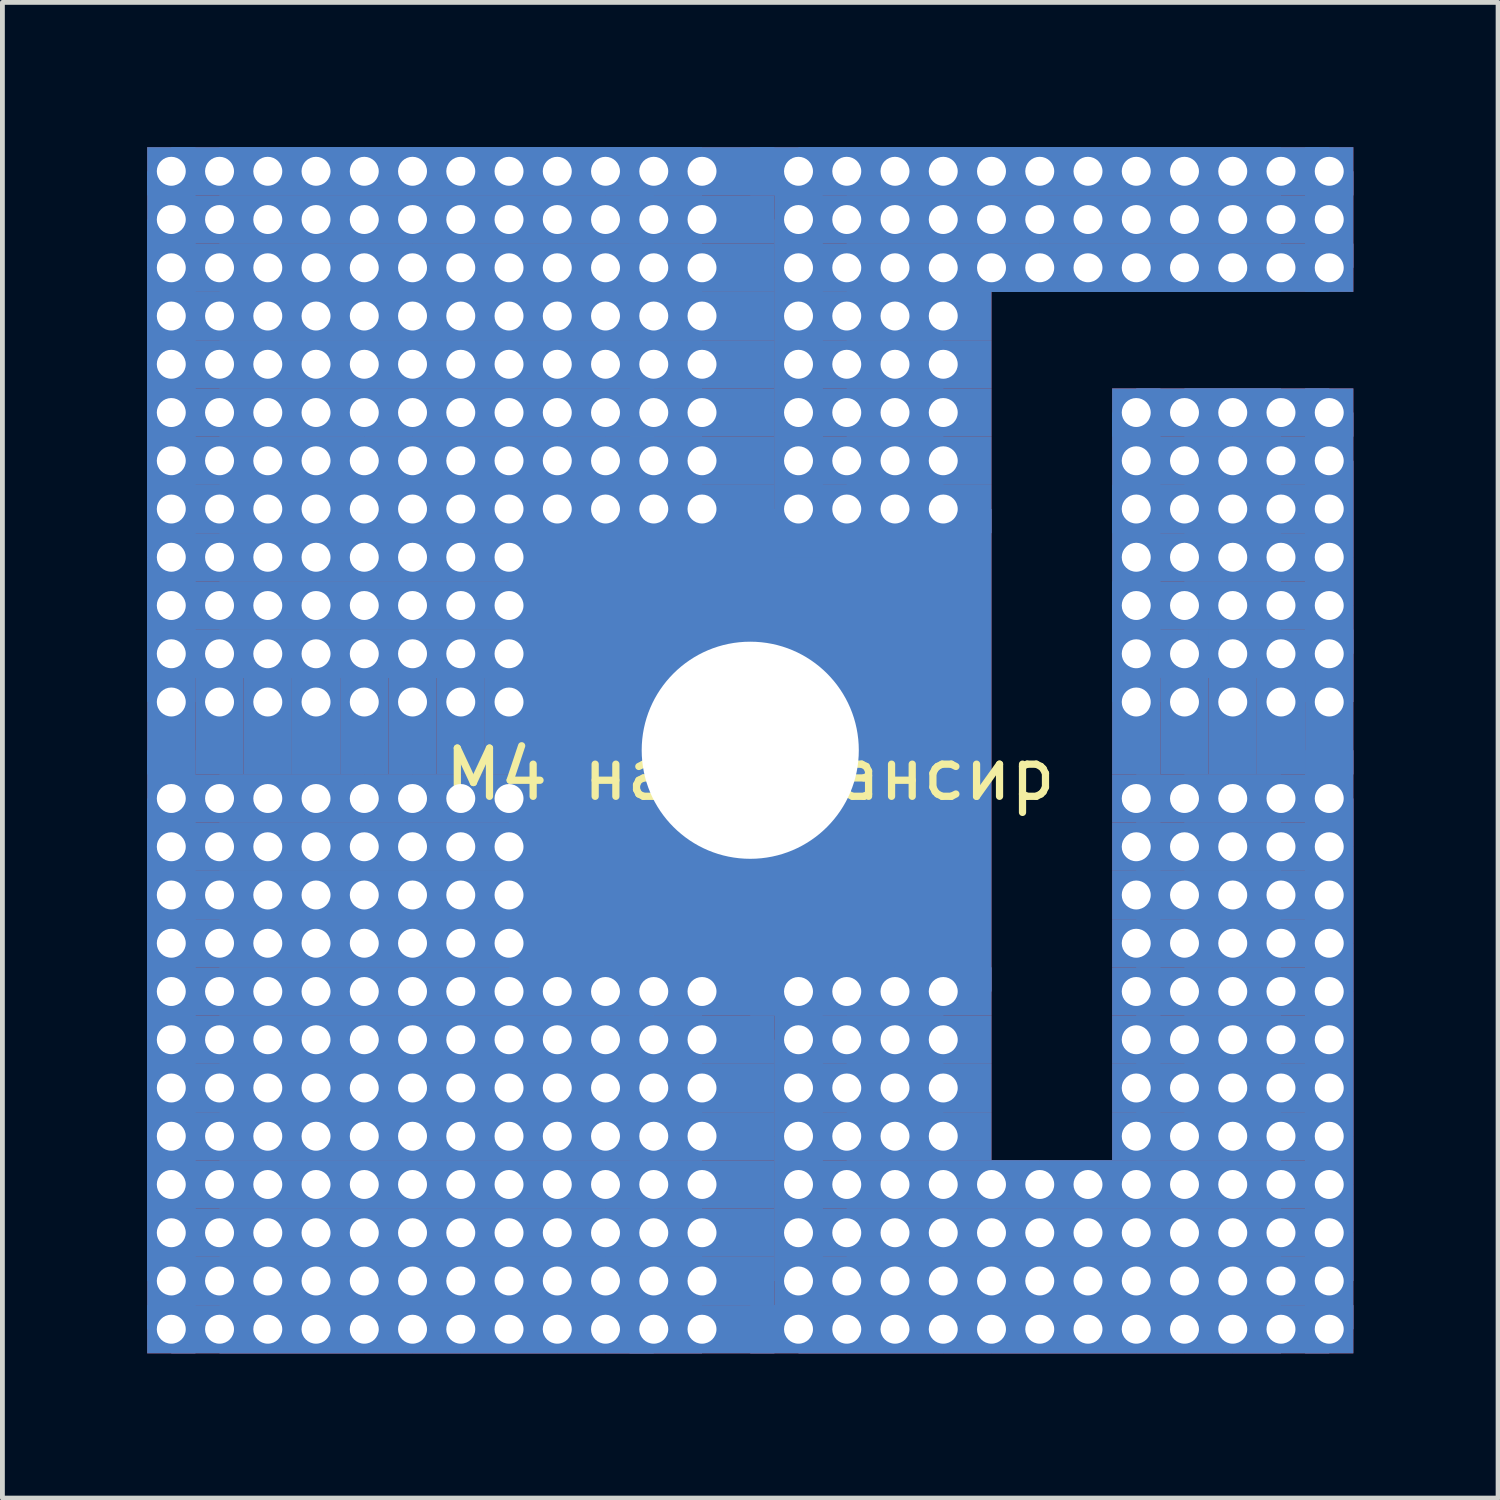
<source format=kicad_pcb>
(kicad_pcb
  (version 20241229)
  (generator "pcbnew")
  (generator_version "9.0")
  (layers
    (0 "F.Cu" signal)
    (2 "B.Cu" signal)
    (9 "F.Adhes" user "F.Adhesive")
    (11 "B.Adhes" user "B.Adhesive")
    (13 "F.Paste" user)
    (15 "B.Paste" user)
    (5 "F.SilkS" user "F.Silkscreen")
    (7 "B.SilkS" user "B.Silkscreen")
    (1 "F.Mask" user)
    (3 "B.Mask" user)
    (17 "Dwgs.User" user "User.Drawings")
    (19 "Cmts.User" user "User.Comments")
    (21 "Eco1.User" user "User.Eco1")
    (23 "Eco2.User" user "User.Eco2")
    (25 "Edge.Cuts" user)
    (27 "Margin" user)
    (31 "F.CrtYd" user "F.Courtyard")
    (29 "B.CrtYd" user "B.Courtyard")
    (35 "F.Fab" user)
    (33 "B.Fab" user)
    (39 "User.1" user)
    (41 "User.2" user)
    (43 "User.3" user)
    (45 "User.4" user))
  (footprint "М4 на балансир"
    (layer "F.Cu")
    (at 12.5 12.5)
    (property "Reference" "М4 на балансир" (at 0 0.5 0) (layer "F.SilkS") (effects (font (size 1 1) (thickness 0.15))))
    (attr through_hole)
    (pad "1" thru_hole rect (at -12 -12) (size 1 1) (drill 0.6) (layers "*.Cu" "*.Mask"))
    (pad "1" thru_hole rect (at -12 -11) (size 1 2) (drill 0.6) (layers "*.Cu" "*.Mask"))
    (pad "1" thru_hole rect (at -12 -10) (size 1 2) (drill 0.6) (layers "*.Cu" "*.Mask"))
    (pad "1" thru_hole rect (at -12 -9) (size 1 2) (drill 0.6) (layers "*.Cu" "*.Mask"))
    (pad "1" thru_hole rect (at -12 -8) (size 1 2) (drill 0.6) (layers "*.Cu" "*.Mask"))
    (pad "1" thru_hole rect (at -12 -7) (size 1 2) (drill 0.6) (layers "*.Cu" "*.Mask"))
    (pad "1" thru_hole rect (at -12 -6) (size 1 2) (drill 0.6) (layers "*.Cu" "*.Mask"))
    (pad "1" thru_hole rect (at -12 -5) (size 1 2) (drill 0.6) (layers "*.Cu" "*.Mask"))
    (pad "1" thru_hole rect (at -12 -4) (size 1 2) (drill 0.6) (layers "*.Cu" "*.Mask"))
    (pad "1" thru_hole rect (at -12 -3) (size 1 2) (drill 0.6) (layers "*.Cu" "*.Mask"))
    (pad "1" thru_hole rect (at -12 -2) (size 1 2) (drill 0.6) (layers "*.Cu" "*.Mask"))
    (pad "1" thru_hole rect (at -12 -1) (size 1 3) (drill 0.6) (layers "*.Cu" "*.Mask"))
    (pad "1" thru_hole rect (at -12 1) (size 1 2) (drill 0.6) (layers "*.Cu" "*.Mask"))
    (pad "1" thru_hole rect (at -12 2) (size 1 2) (drill 0.6) (layers "*.Cu" "*.Mask"))
    (pad "1" thru_hole rect (at -12 3) (size 1 2) (drill 0.6) (layers "*.Cu" "*.Mask"))
    (pad "1" thru_hole rect (at -12 4) (size 1 2) (drill 0.6) (layers "*.Cu" "*.Mask"))
    (pad "1" thru_hole rect (at -12 5) (size 1 2) (drill 0.6) (layers "*.Cu" "*.Mask"))
    (pad "1" thru_hole rect (at -12 6) (size 1 2) (drill 0.6) (layers "*.Cu" "*.Mask"))
    (pad "1" thru_hole rect (at -12 7) (size 1 2) (drill 0.6) (layers "*.Cu" "*.Mask"))
    (pad "1" thru_hole rect (at -12 8) (size 1 2) (drill 0.6) (layers "*.Cu" "*.Mask"))
    (pad "1" thru_hole rect (at -12 9) (size 1 2) (drill 0.6) (layers "*.Cu" "*.Mask"))
    (pad "1" thru_hole rect (at -12 10) (size 1 2) (drill 0.6) (layers "*.Cu" "*.Mask"))
    (pad "1" thru_hole rect (at -12 11) (size 1 2) (drill 0.6) (layers "*.Cu" "*.Mask"))
    (pad "1" thru_hole rect (at -12 12) (size 1 1) (drill 0.6) (layers "*.Cu" "*.Mask"))
    (pad "1" thru_hole rect (at -11 -12) (size 2 1) (drill 0.6) (layers "*.Cu" "*.Mask"))
    (pad "1" thru_hole rect (at -11 -11) (size 2 1) (drill 0.6) (layers "*.Cu" "*.Mask"))
    (pad "1" thru_hole rect (at -11 -10) (size 2 1) (drill 0.6) (layers "*.Cu" "*.Mask"))
    (pad "1" thru_hole rect (at -11 -9) (size 2 1) (drill 0.6) (layers "*.Cu" "*.Mask"))
    (pad "1" thru_hole rect (at -11 -8) (size 2 1) (drill 0.6) (layers "*.Cu" "*.Mask"))
    (pad "1" thru_hole rect (at -11 -7) (size 2 1) (drill 0.6) (layers "*.Cu" "*.Mask"))
    (pad "1" thru_hole rect (at -11 -6) (size 2 1) (drill 0.6) (layers "*.Cu" "*.Mask"))
    (pad "1" thru_hole rect (at -11 -5) (size 2 1) (drill 0.6) (layers "*.Cu" "*.Mask"))
    (pad "1" thru_hole rect (at -11 -4) (size 2 1) (drill 0.6) (layers "*.Cu" "*.Mask"))
    (pad "1" thru_hole rect (at -11 -3) (size 2 1) (drill 0.6) (layers "*.Cu" "*.Mask"))
    (pad "1" thru_hole rect (at -11 -2) (size 2 1) (drill 0.6) (layers "*.Cu" "*.Mask"))
    (pad "1" thru_hole rect (at -11 -1) (size 1 3) (drill 0.6) (layers "*.Cu" "*.Mask"))
    (pad "1" thru_hole rect (at -11 1) (size 2 1) (drill 0.6) (layers "*.Cu" "*.Mask"))
    (pad "1" thru_hole rect (at -11 2) (size 2 1) (drill 0.6) (layers "*.Cu" "*.Mask"))
    (pad "1" thru_hole rect (at -11 3) (size 2 1) (drill 0.6) (layers "*.Cu" "*.Mask"))
    (pad "1" thru_hole rect (at -11 4) (size 2 1) (drill 0.6) (layers "*.Cu" "*.Mask"))
    (pad "1" thru_hole rect (at -11 5) (size 2 1) (drill 0.6) (layers "*.Cu" "*.Mask"))
    (pad "1" thru_hole rect (at -11 6) (size 2 1) (drill 0.6) (layers "*.Cu" "*.Mask"))
    (pad "1" thru_hole rect (at -11 7) (size 2 1) (drill 0.6) (layers "*.Cu" "*.Mask"))
    (pad "1" thru_hole rect (at -11 8) (size 2 1) (drill 0.6) (layers "*.Cu" "*.Mask"))
    (pad "1" thru_hole rect (at -11 9) (size 2 1) (drill 0.6) (layers "*.Cu" "*.Mask"))
    (pad "1" thru_hole rect (at -11 10) (size 2 1) (drill 0.6) (layers "*.Cu" "*.Mask"))
    (pad "1" thru_hole rect (at -11 11) (size 2 1) (drill 0.6) (layers "*.Cu" "*.Mask"))
    (pad "1" thru_hole rect (at -11 12) (size 2 1) (drill 0.6) (layers "*.Cu" "*.Mask"))
    (pad "1" thru_hole rect (at -10 -12) (size 2 1) (drill 0.6) (layers "*.Cu" "*.Mask"))
    (pad "1" thru_hole rect (at -10 -11) (size 2 1) (drill 0.6) (layers "*.Cu" "*.Mask"))
    (pad "1" thru_hole rect (at -10 -10) (size 2 1) (drill 0.6) (layers "*.Cu" "*.Mask"))
    (pad "1" thru_hole rect (at -10 -9) (size 2 1) (drill 0.6) (layers "*.Cu" "*.Mask"))
    (pad "1" thru_hole rect (at -10 -8) (size 2 1) (drill 0.6) (layers "*.Cu" "*.Mask"))
    (pad "1" thru_hole rect (at -10 -7) (size 2 1) (drill 0.6) (layers "*.Cu" "*.Mask"))
    (pad "1" thru_hole rect (at -10 -6) (size 2 1) (drill 0.6) (layers "*.Cu" "*.Mask"))
    (pad "1" thru_hole rect (at -10 -5) (size 2 1) (drill 0.6) (layers "*.Cu" "*.Mask"))
    (pad "1" thru_hole rect (at -10 -4) (size 2 1) (drill 0.6) (layers "*.Cu" "*.Mask"))
    (pad "1" thru_hole rect (at -10 -3) (size 2 1) (drill 0.6) (layers "*.Cu" "*.Mask"))
    (pad "1" thru_hole rect (at -10 -2) (size 2 1) (drill 0.6) (layers "*.Cu" "*.Mask"))
    (pad "1" thru_hole rect (at -10 -1) (size 1 3) (drill 0.6) (layers "*.Cu" "*.Mask"))
    (pad "1" thru_hole rect (at -10 1) (size 2 1) (drill 0.6) (layers "*.Cu" "*.Mask"))
    (pad "1" thru_hole rect (at -10 2) (size 2 1) (drill 0.6) (layers "*.Cu" "*.Mask"))
    (pad "1" thru_hole rect (at -10 3) (size 2 1) (drill 0.6) (layers "*.Cu" "*.Mask"))
    (pad "1" thru_hole rect (at -10 4) (size 2 1) (drill 0.6) (layers "*.Cu" "*.Mask"))
    (pad "1" thru_hole rect (at -10 5) (size 2 1) (drill 0.6) (layers "*.Cu" "*.Mask"))
    (pad "1" thru_hole rect (at -10 6) (size 2 1) (drill 0.6) (layers "*.Cu" "*.Mask"))
    (pad "1" thru_hole rect (at -10 7) (size 2 1) (drill 0.6) (layers "*.Cu" "*.Mask"))
    (pad "1" thru_hole rect (at -10 8) (size 2 1) (drill 0.6) (layers "*.Cu" "*.Mask"))
    (pad "1" thru_hole rect (at -10 9) (size 2 1) (drill 0.6) (layers "*.Cu" "*.Mask"))
    (pad "1" thru_hole rect (at -10 10) (size 2 1) (drill 0.6) (layers "*.Cu" "*.Mask"))
    (pad "1" thru_hole rect (at -10 11) (size 2 1) (drill 0.6) (layers "*.Cu" "*.Mask"))
    (pad "1" thru_hole rect (at -10 12) (size 2 1) (drill 0.6) (layers "*.Cu" "*.Mask"))
    (pad "1" thru_hole rect (at -9 -12) (size 2 1) (drill 0.6) (layers "*.Cu" "*.Mask"))
    (pad "1" thru_hole rect (at -9 -11) (size 2 1) (drill 0.6) (layers "*.Cu" "*.Mask"))
    (pad "1" thru_hole rect (at -9 -10) (size 2 1) (drill 0.6) (layers "*.Cu" "*.Mask"))
    (pad "1" thru_hole rect (at -9 -9) (size 2 1) (drill 0.6) (layers "*.Cu" "*.Mask"))
    (pad "1" thru_hole rect (at -9 -8) (size 2 1) (drill 0.6) (layers "*.Cu" "*.Mask"))
    (pad "1" thru_hole rect (at -9 -7) (size 2 1) (drill 0.6) (layers "*.Cu" "*.Mask"))
    (pad "1" thru_hole rect (at -9 -6) (size 2 1) (drill 0.6) (layers "*.Cu" "*.Mask"))
    (pad "1" thru_hole rect (at -9 -5) (size 2 1) (drill 0.6) (layers "*.Cu" "*.Mask"))
    (pad "1" thru_hole rect (at -9 -4) (size 2 1) (drill 0.6) (layers "*.Cu" "*.Mask"))
    (pad "1" thru_hole rect (at -9 -3) (size 2 1) (drill 0.6) (layers "*.Cu" "*.Mask"))
    (pad "1" thru_hole rect (at -9 -2) (size 2 1) (drill 0.6) (layers "*.Cu" "*.Mask"))
    (pad "1" thru_hole rect (at -9 -1) (size 1 3) (drill 0.6) (layers "*.Cu" "*.Mask"))
    (pad "1" thru_hole rect (at -9 1) (size 2 1) (drill 0.6) (layers "*.Cu" "*.Mask"))
    (pad "1" thru_hole rect (at -9 2) (size 2 1) (drill 0.6) (layers "*.Cu" "*.Mask"))
    (pad "1" thru_hole rect (at -9 3) (size 2 1) (drill 0.6) (layers "*.Cu" "*.Mask"))
    (pad "1" thru_hole rect (at -9 4) (size 2 1) (drill 0.6) (layers "*.Cu" "*.Mask"))
    (pad "1" thru_hole rect (at -9 5) (size 2 1) (drill 0.6) (layers "*.Cu" "*.Mask"))
    (pad "1" thru_hole rect (at -9 6) (size 2 1) (drill 0.6) (layers "*.Cu" "*.Mask"))
    (pad "1" thru_hole rect (at -9 7) (size 2 1) (drill 0.6) (layers "*.Cu" "*.Mask"))
    (pad "1" thru_hole rect (at -9 8) (size 2 1) (drill 0.6) (layers "*.Cu" "*.Mask"))
    (pad "1" thru_hole rect (at -9 9) (size 2 1) (drill 0.6) (layers "*.Cu" "*.Mask"))
    (pad "1" thru_hole rect (at -9 10) (size 2 1) (drill 0.6) (layers "*.Cu" "*.Mask"))
    (pad "1" thru_hole rect (at -9 11) (size 2 1) (drill 0.6) (layers "*.Cu" "*.Mask"))
    (pad "1" thru_hole rect (at -9 12) (size 2 1) (drill 0.6) (layers "*.Cu" "*.Mask"))
    (pad "1" thru_hole rect (at -8 -12) (size 2 1) (drill 0.6) (layers "*.Cu" "*.Mask"))
    (pad "1" thru_hole rect (at -8 -11) (size 2 1) (drill 0.6) (layers "*.Cu" "*.Mask"))
    (pad "1" thru_hole rect (at -8 -10) (size 2 1) (drill 0.6) (layers "*.Cu" "*.Mask"))
    (pad "1" thru_hole rect (at -8 -9) (size 2 1) (drill 0.6) (layers "*.Cu" "*.Mask"))
    (pad "1" thru_hole rect (at -8 -8) (size 2 1) (drill 0.6) (layers "*.Cu" "*.Mask"))
    (pad "1" thru_hole rect (at -8 -7) (size 2 1) (drill 0.6) (layers "*.Cu" "*.Mask"))
    (pad "1" thru_hole rect (at -8 -6) (size 2 1) (drill 0.6) (layers "*.Cu" "*.Mask"))
    (pad "1" thru_hole rect (at -8 -5) (size 2 1) (drill 0.6) (layers "*.Cu" "*.Mask"))
    (pad "1" thru_hole rect (at -8 -4) (size 2 1) (drill 0.6) (layers "*.Cu" "*.Mask"))
    (pad "1" thru_hole rect (at -8 -3) (size 2 1) (drill 0.6) (layers "*.Cu" "*.Mask"))
    (pad "1" thru_hole rect (at -8 -2) (size 2 1) (drill 0.6) (layers "*.Cu" "*.Mask"))
    (pad "1" thru_hole rect (at -8 -1) (size 1 3) (drill 0.6) (layers "*.Cu" "*.Mask"))
    (pad "1" thru_hole rect (at -8 1) (size 2 1) (drill 0.6) (layers "*.Cu" "*.Mask"))
    (pad "1" thru_hole rect (at -8 2) (size 2 1) (drill 0.6) (layers "*.Cu" "*.Mask"))
    (pad "1" thru_hole rect (at -8 3) (size 2 1) (drill 0.6) (layers "*.Cu" "*.Mask"))
    (pad "1" thru_hole rect (at -8 4) (size 2 1) (drill 0.6) (layers "*.Cu" "*.Mask"))
    (pad "1" thru_hole rect (at -8 5) (size 2 1) (drill 0.6) (layers "*.Cu" "*.Mask"))
    (pad "1" thru_hole rect (at -8 6) (size 2 1) (drill 0.6) (layers "*.Cu" "*.Mask"))
    (pad "1" thru_hole rect (at -8 7) (size 2 1) (drill 0.6) (layers "*.Cu" "*.Mask"))
    (pad "1" thru_hole rect (at -8 8) (size 2 1) (drill 0.6) (layers "*.Cu" "*.Mask"))
    (pad "1" thru_hole rect (at -8 9) (size 2 1) (drill 0.6) (layers "*.Cu" "*.Mask"))
    (pad "1" thru_hole rect (at -8 10) (size 2 1) (drill 0.6) (layers "*.Cu" "*.Mask"))
    (pad "1" thru_hole rect (at -8 11) (size 2 1) (drill 0.6) (layers "*.Cu" "*.Mask"))
    (pad "1" thru_hole rect (at -8 12) (size 2 1) (drill 0.6) (layers "*.Cu" "*.Mask"))
    (pad "1" thru_hole rect (at -7 -12) (size 2 1) (drill 0.6) (layers "*.Cu" "*.Mask"))
    (pad "1" thru_hole rect (at -7 -11) (size 2 1) (drill 0.6) (layers "*.Cu" "*.Mask"))
    (pad "1" thru_hole rect (at -7 -10) (size 2 1) (drill 0.6) (layers "*.Cu" "*.Mask"))
    (pad "1" thru_hole rect (at -7 -9) (size 2 1) (drill 0.6) (layers "*.Cu" "*.Mask"))
    (pad "1" thru_hole rect (at -7 -8) (size 2 1) (drill 0.6) (layers "*.Cu" "*.Mask"))
    (pad "1" thru_hole rect (at -7 -7) (size 2 1) (drill 0.6) (layers "*.Cu" "*.Mask"))
    (pad "1" thru_hole rect (at -7 -6) (size 2 1) (drill 0.6) (layers "*.Cu" "*.Mask"))
    (pad "1" thru_hole rect (at -7 -5) (size 2 1) (drill 0.6) (layers "*.Cu" "*.Mask"))
    (pad "1" thru_hole rect (at -7 -4) (size 2 1) (drill 0.6) (layers "*.Cu" "*.Mask"))
    (pad "1" thru_hole rect (at -7 -3) (size 2 1) (drill 0.6) (layers "*.Cu" "*.Mask"))
    (pad "1" thru_hole rect (at -7 -2) (size 2 1) (drill 0.6) (layers "*.Cu" "*.Mask"))
    (pad "1" thru_hole rect (at -7 -1) (size 1 3) (drill 0.6) (layers "*.Cu" "*.Mask"))
    (pad "1" thru_hole rect (at -7 1) (size 2 1) (drill 0.6) (layers "*.Cu" "*.Mask"))
    (pad "1" thru_hole rect (at -7 2) (size 2 1) (drill 0.6) (layers "*.Cu" "*.Mask"))
    (pad "1" thru_hole rect (at -7 3) (size 2 1) (drill 0.6) (layers "*.Cu" "*.Mask"))
    (pad "1" thru_hole rect (at -7 4) (size 2 1) (drill 0.6) (layers "*.Cu" "*.Mask"))
    (pad "1" thru_hole rect (at -7 5) (size 2 1) (drill 0.6) (layers "*.Cu" "*.Mask"))
    (pad "1" thru_hole rect (at -7 6) (size 2 1) (drill 0.6) (layers "*.Cu" "*.Mask"))
    (pad "1" thru_hole rect (at -7 7) (size 2 1) (drill 0.6) (layers "*.Cu" "*.Mask"))
    (pad "1" thru_hole rect (at -7 8) (size 2 1) (drill 0.6) (layers "*.Cu" "*.Mask"))
    (pad "1" thru_hole rect (at -7 9) (size 2 1) (drill 0.6) (layers "*.Cu" "*.Mask"))
    (pad "1" thru_hole rect (at -7 10) (size 2 1) (drill 0.6) (layers "*.Cu" "*.Mask"))
    (pad "1" thru_hole rect (at -7 11) (size 2 1) (drill 0.6) (layers "*.Cu" "*.Mask"))
    (pad "1" thru_hole rect (at -7 12) (size 2 1) (drill 0.6) (layers "*.Cu" "*.Mask"))
    (pad "1" thru_hole rect (at -6 -12) (size 2 1) (drill 0.6) (layers "*.Cu" "*.Mask"))
    (pad "1" thru_hole rect (at -6 -11) (size 2 1) (drill 0.6) (layers "*.Cu" "*.Mask"))
    (pad "1" thru_hole rect (at -6 -10) (size 2 1) (drill 0.6) (layers "*.Cu" "*.Mask"))
    (pad "1" thru_hole rect (at -6 -9) (size 2 1) (drill 0.6) (layers "*.Cu" "*.Mask"))
    (pad "1" thru_hole rect (at -6 -8) (size 2 1) (drill 0.6) (layers "*.Cu" "*.Mask"))
    (pad "1" thru_hole rect (at -6 -7) (size 2 1) (drill 0.6) (layers "*.Cu" "*.Mask"))
    (pad "1" thru_hole rect (at -6 -6) (size 2 1) (drill 0.6) (layers "*.Cu" "*.Mask"))
    (pad "1" thru_hole rect (at -6 -5) (size 2 1) (drill 0.6) (layers "*.Cu" "*.Mask"))
    (pad "1" thru_hole rect (at -6 -4) (size 2 1) (drill 0.6) (layers "*.Cu" "*.Mask"))
    (pad "1" thru_hole rect (at -6 -3) (size 2 1) (drill 0.6) (layers "*.Cu" "*.Mask"))
    (pad "1" thru_hole rect (at -6 -2) (size 2 1) (drill 0.6) (layers "*.Cu" "*.Mask"))
    (pad "1" thru_hole rect (at -6 -1) (size 1 3) (drill 0.6) (layers "*.Cu" "*.Mask"))
    (pad "1" thru_hole rect (at -6 1) (size 2 1) (drill 0.6) (layers "*.Cu" "*.Mask"))
    (pad "1" thru_hole rect (at -6 2) (size 2 1) (drill 0.6) (layers "*.Cu" "*.Mask"))
    (pad "1" thru_hole rect (at -6 3) (size 2 1) (drill 0.6) (layers "*.Cu" "*.Mask"))
    (pad "1" thru_hole rect (at -6 4) (size 2 1) (drill 0.6) (layers "*.Cu" "*.Mask"))
    (pad "1" thru_hole rect (at -6 5) (size 2 1) (drill 0.6) (layers "*.Cu" "*.Mask"))
    (pad "1" thru_hole rect (at -6 6) (size 2 1) (drill 0.6) (layers "*.Cu" "*.Mask"))
    (pad "1" thru_hole rect (at -6 7) (size 2 1) (drill 0.6) (layers "*.Cu" "*.Mask"))
    (pad "1" thru_hole rect (at -6 8) (size 2 1) (drill 0.6) (layers "*.Cu" "*.Mask"))
    (pad "1" thru_hole rect (at -6 9) (size 2 1) (drill 0.6) (layers "*.Cu" "*.Mask"))
    (pad "1" thru_hole rect (at -6 10) (size 2 1) (drill 0.6) (layers "*.Cu" "*.Mask"))
    (pad "1" thru_hole rect (at -6 11) (size 2 1) (drill 0.6) (layers "*.Cu" "*.Mask"))
    (pad "1" thru_hole rect (at -6 12) (size 2 1) (drill 0.6) (layers "*.Cu" "*.Mask"))
    (pad "1" thru_hole rect (at -5 -12) (size 2 1) (drill 0.6) (layers "*.Cu" "*.Mask"))
    (pad "1" thru_hole rect (at -5 -11) (size 2 1) (drill 0.6) (layers "*.Cu" "*.Mask"))
    (pad "1" thru_hole rect (at -5 -10) (size 2 1) (drill 0.6) (layers "*.Cu" "*.Mask"))
    (pad "1" thru_hole rect (at -5 -9) (size 2 1) (drill 0.6) (layers "*.Cu" "*.Mask"))
    (pad "1" thru_hole rect (at -5 -8) (size 2 1) (drill 0.6) (layers "*.Cu" "*.Mask"))
    (pad "1" thru_hole rect (at -5 -7) (size 2 1) (drill 0.6) (layers "*.Cu" "*.Mask"))
    (pad "1" thru_hole rect (at -5 -6) (size 2 1) (drill 0.6) (layers "*.Cu" "*.Mask"))
    (pad "1" thru_hole rect (at -5 -5) (size 2 1) (drill 0.6) (layers "*.Cu" "*.Mask"))
    (pad "1" thru_hole rect (at -5 -4) (size 2 1) (drill 0.6) (layers "*.Cu" "*.Mask"))
    (pad "1" thru_hole rect (at -5 -3) (size 2 1) (drill 0.6) (layers "*.Cu" "*.Mask"))
    (pad "1" thru_hole rect (at -5 -2) (size 2 1) (drill 0.6) (layers "*.Cu" "*.Mask"))
    (pad "1" thru_hole rect (at -5 -1) (size 1 3) (drill 0.6) (layers "*.Cu" "*.Mask"))
    (pad "1" thru_hole rect (at -5 1) (size 2 1) (drill 0.6) (layers "*.Cu" "*.Mask"))
    (pad "1" thru_hole rect (at -5 2) (size 2 1) (drill 0.6) (layers "*.Cu" "*.Mask"))
    (pad "1" thru_hole rect (at -5 3) (size 2 1) (drill 0.6) (layers "*.Cu" "*.Mask"))
    (pad "1" thru_hole rect (at -5 4) (size 2 1) (drill 0.6) (layers "*.Cu" "*.Mask"))
    (pad "1" thru_hole rect (at -5 5) (size 2 1) (drill 0.6) (layers "*.Cu" "*.Mask"))
    (pad "1" thru_hole rect (at -5 6) (size 2 1) (drill 0.6) (layers "*.Cu" "*.Mask"))
    (pad "1" thru_hole rect (at -5 7) (size 2 1) (drill 0.6) (layers "*.Cu" "*.Mask"))
    (pad "1" thru_hole rect (at -5 8) (size 2 1) (drill 0.6) (layers "*.Cu" "*.Mask"))
    (pad "1" thru_hole rect (at -5 9) (size 2 1) (drill 0.6) (layers "*.Cu" "*.Mask"))
    (pad "1" thru_hole rect (at -5 10) (size 2 1) (drill 0.6) (layers "*.Cu" "*.Mask"))
    (pad "1" thru_hole rect (at -5 11) (size 2 1) (drill 0.6) (layers "*.Cu" "*.Mask"))
    (pad "1" thru_hole rect (at -5 12) (size 2 1) (drill 0.6) (layers "*.Cu" "*.Mask"))
    (pad "1" thru_hole rect (at -4 -12) (size 2 1) (drill 0.6) (layers "*.Cu" "*.Mask"))
    (pad "1" thru_hole rect (at -4 -11) (size 2 1) (drill 0.6) (layers "*.Cu" "*.Mask"))
    (pad "1" thru_hole rect (at -4 -10) (size 2 1) (drill 0.6) (layers "*.Cu" "*.Mask"))
    (pad "1" thru_hole rect (at -4 -9) (size 2 1) (drill 0.6) (layers "*.Cu" "*.Mask"))
    (pad "1" thru_hole rect (at -4 -8) (size 2 1) (drill 0.6) (layers "*.Cu" "*.Mask"))
    (pad "1" thru_hole rect (at -4 -7) (size 2 1) (drill 0.6) (layers "*.Cu" "*.Mask"))
    (pad "1" thru_hole rect (at -4 -6) (size 2 1) (drill 0.6) (layers "*.Cu" "*.Mask"))
    (pad "1" thru_hole rect (at -4 -5) (size 2 1) (drill 0.6) (layers "*.Cu" "*.Mask"))
    (pad "1" thru_hole rect (at -4 5) (size 2 1) (drill 0.6) (layers "*.Cu" "*.Mask"))
    (pad "1" thru_hole rect (at -4 6) (size 2 1) (drill 0.6) (layers "*.Cu" "*.Mask"))
    (pad "1" thru_hole rect (at -4 7) (size 2 1) (drill 0.6) (layers "*.Cu" "*.Mask"))
    (pad "1" thru_hole rect (at -4 8) (size 2 1) (drill 0.6) (layers "*.Cu" "*.Mask"))
    (pad "1" thru_hole rect (at -4 9) (size 2 1) (drill 0.6) (layers "*.Cu" "*.Mask"))
    (pad "1" thru_hole rect (at -4 10) (size 2 1) (drill 0.6) (layers "*.Cu" "*.Mask"))
    (pad "1" thru_hole rect (at -4 11) (size 2 1) (drill 0.6) (layers "*.Cu" "*.Mask"))
    (pad "1" thru_hole rect (at -4 12) (size 2 1) (drill 0.6) (layers "*.Cu" "*.Mask"))
    (pad "1" thru_hole rect (at -3 -12) (size 2 1) (drill 0.6) (layers "*.Cu" "*.Mask"))
    (pad "1" thru_hole rect (at -3 -11) (size 2 1) (drill 0.6) (layers "*.Cu" "*.Mask"))
    (pad "1" thru_hole rect (at -3 -10) (size 2 1) (drill 0.6) (layers "*.Cu" "*.Mask"))
    (pad "1" thru_hole rect (at -3 -9) (size 2 1) (drill 0.6) (layers "*.Cu" "*.Mask"))
    (pad "1" thru_hole rect (at -3 -8) (size 2 1) (drill 0.6) (layers "*.Cu" "*.Mask"))
    (pad "1" thru_hole rect (at -3 -7) (size 2 1) (drill 0.6) (layers "*.Cu" "*.Mask"))
    (pad "1" thru_hole rect (at -3 -6) (size 2 1) (drill 0.6) (layers "*.Cu" "*.Mask"))
    (pad "1" thru_hole rect (at -3 -5) (size 2 1) (drill 0.6) (layers "*.Cu" "*.Mask"))
    (pad "1" thru_hole rect (at -3 5) (size 2 1) (drill 0.6) (layers "*.Cu" "*.Mask"))
    (pad "1" thru_hole rect (at -3 6) (size 2 1) (drill 0.6) (layers "*.Cu" "*.Mask"))
    (pad "1" thru_hole rect (at -3 7) (size 2 1) (drill 0.6) (layers "*.Cu" "*.Mask"))
    (pad "1" thru_hole rect (at -3 8) (size 2 1) (drill 0.6) (layers "*.Cu" "*.Mask"))
    (pad "1" thru_hole rect (at -3 9) (size 2 1) (drill 0.6) (layers "*.Cu" "*.Mask"))
    (pad "1" thru_hole rect (at -3 10) (size 2 1) (drill 0.6) (layers "*.Cu" "*.Mask"))
    (pad "1" thru_hole rect (at -3 11) (size 2 1) (drill 0.6) (layers "*.Cu" "*.Mask"))
    (pad "1" thru_hole rect (at -3 12) (size 2 1) (drill 0.6) (layers "*.Cu" "*.Mask"))
    (pad "1" thru_hole rect (at -2 -12) (size 2 1) (drill 0.6) (layers "*.Cu" "*.Mask"))
    (pad "1" thru_hole rect (at -2 -11) (size 2 1) (drill 0.6) (layers "*.Cu" "*.Mask"))
    (pad "1" thru_hole rect (at -2 -10) (size 2 1) (drill 0.6) (layers "*.Cu" "*.Mask"))
    (pad "1" thru_hole rect (at -2 -9) (size 2 1) (drill 0.6) (layers "*.Cu" "*.Mask"))
    (pad "1" thru_hole rect (at -2 -8) (size 2 1) (drill 0.6) (layers "*.Cu" "*.Mask"))
    (pad "1" thru_hole rect (at -2 -7) (size 2 1) (drill 0.6) (layers "*.Cu" "*.Mask"))
    (pad "1" thru_hole rect (at -2 -6) (size 2 1) (drill 0.6) (layers "*.Cu" "*.Mask"))
    (pad "1" thru_hole rect (at -2 -5) (size 2 1) (drill 0.6) (layers "*.Cu" "*.Mask"))
    (pad "1" thru_hole rect (at -2 5) (size 2 1) (drill 0.6) (layers "*.Cu" "*.Mask"))
    (pad "1" thru_hole rect (at -2 6) (size 2 1) (drill 0.6) (layers "*.Cu" "*.Mask"))
    (pad "1" thru_hole rect (at -2 7) (size 2 1) (drill 0.6) (layers "*.Cu" "*.Mask"))
    (pad "1" thru_hole rect (at -2 8) (size 2 1) (drill 0.6) (layers "*.Cu" "*.Mask"))
    (pad "1" thru_hole rect (at -2 9) (size 2 1) (drill 0.6) (layers "*.Cu" "*.Mask"))
    (pad "1" thru_hole rect (at -2 10) (size 2 1) (drill 0.6) (layers "*.Cu" "*.Mask"))
    (pad "1" thru_hole rect (at -2 11) (size 2 1) (drill 0.6) (layers "*.Cu" "*.Mask"))
    (pad "1" thru_hole rect (at -2 12) (size 2 1) (drill 0.6) (layers "*.Cu" "*.Mask"))
    (pad "1" thru_hole rect (at -1 -12) (size 3 1) (drill 0.6) (layers "*.Cu" "*.Mask"))
    (pad "1" thru_hole rect (at -1 -11) (size 3 1) (drill 0.6) (layers "*.Cu" "*.Mask"))
    (pad "1" thru_hole rect (at -1 -10) (size 3 1) (drill 0.6) (layers "*.Cu" "*.Mask"))
    (pad "1" thru_hole rect (at -1 -9) (size 3 1) (drill 0.6) (layers "*.Cu" "*.Mask"))
    (pad "1" thru_hole rect (at -1 -8) (size 3 1) (drill 0.6) (layers "*.Cu" "*.Mask"))
    (pad "1" thru_hole rect (at -1 -7) (size 3 1) (drill 0.6) (layers "*.Cu" "*.Mask"))
    (pad "1" thru_hole rect (at -1 -6) (size 3 1) (drill 0.6) (layers "*.Cu" "*.Mask"))
    (pad "1" thru_hole rect (at -1 -5) (size 3 1) (drill 0.6) (layers "*.Cu" "*.Mask"))
    (pad "1" thru_hole rect (at -1 5) (size 3 1) (drill 0.6) (layers "*.Cu" "*.Mask"))
    (pad "1" thru_hole rect (at -1 6) (size 3 1) (drill 0.6) (layers "*.Cu" "*.Mask"))
    (pad "1" thru_hole rect (at -1 7) (size 3 1) (drill 0.6) (layers "*.Cu" "*.Mask"))
    (pad "1" thru_hole rect (at -1 8) (size 3 1) (drill 0.6) (layers "*.Cu" "*.Mask"))
    (pad "1" thru_hole rect (at -1 9) (size 3 1) (drill 0.6) (layers "*.Cu" "*.Mask"))
    (pad "1" thru_hole rect (at -1 10) (size 3 1) (drill 0.6) (layers "*.Cu" "*.Mask"))
    (pad "1" thru_hole rect (at -1 11) (size 3 1) (drill 0.6) (layers "*.Cu" "*.Mask"))
    (pad "1" thru_hole rect (at -1 12) (size 3 1) (drill 0.6) (layers "*.Cu" "*.Mask"))
    (pad "1" thru_hole rect (at 0 0) (size 10 10) (drill 4.5) (layers "*.Cu" "*.Mask"))
    (pad "1" thru_hole rect (at 1 -12) (size 2 1) (drill 0.6) (layers "*.Cu" "*.Mask"))
    (pad "1" thru_hole rect (at 1 -11) (size 1 2) (drill 0.6) (layers "*.Cu" "*.Mask"))
    (pad "1" thru_hole rect (at 1 -10) (size 1 2) (drill 0.6) (layers "*.Cu" "*.Mask"))
    (pad "1" thru_hole rect (at 1 -9) (size 1 2) (drill 0.6) (layers "*.Cu" "*.Mask"))
    (pad "1" thru_hole rect (at 1 -8) (size 1 2) (drill 0.6) (layers "*.Cu" "*.Mask"))
    (pad "1" thru_hole rect (at 1 -7) (size 1 2) (drill 0.6) (layers "*.Cu" "*.Mask"))
    (pad "1" thru_hole rect (at 1 -6) (size 1 2) (drill 0.6) (layers "*.Cu" "*.Mask"))
    (pad "1" thru_hole rect (at 1 -5) (size 1 2) (drill 0.6) (layers "*.Cu" "*.Mask"))
    (pad "1" thru_hole rect (at 1 5) (size 2 1) (drill 0.6) (layers "*.Cu" "*.Mask"))
    (pad "1" thru_hole rect (at 1 6) (size 1 2) (drill 0.6) (layers "*.Cu" "*.Mask"))
    (pad "1" thru_hole rect (at 1 7) (size 1 2) (drill 0.6) (layers "*.Cu" "*.Mask"))
    (pad "1" thru_hole rect (at 1 8) (size 1 2) (drill 0.6) (layers "*.Cu" "*.Mask"))
    (pad "1" thru_hole rect (at 1 9) (size 1 2) (drill 0.6) (layers "*.Cu" "*.Mask"))
    (pad "1" thru_hole rect (at 1 10) (size 1 2) (drill 0.6) (layers "*.Cu" "*.Mask"))
    (pad "1" thru_hole rect (at 1 11) (size 1 2) (drill 0.6) (layers "*.Cu" "*.Mask"))
    (pad "1" thru_hole rect (at 1 12) (size 2 1) (drill 0.6) (layers "*.Cu" "*.Mask"))
    (pad "1" thru_hole rect (at 2 -12) (size 2 1) (drill 0.6) (layers "*.Cu" "*.Mask"))
    (pad "1" thru_hole rect (at 2 -11) (size 2 1) (drill 0.6) (layers "*.Cu" "*.Mask"))
    (pad "1" thru_hole rect (at 2 -10) (size 2 1) (drill 0.6) (layers "*.Cu" "*.Mask"))
    (pad "1" thru_hole rect (at 2 -9) (size 2 1) (drill 0.6) (layers "*.Cu" "*.Mask"))
    (pad "1" thru_hole rect (at 2 -8) (size 2 1) (drill 0.6) (layers "*.Cu" "*.Mask"))
    (pad "1" thru_hole rect (at 2 -7) (size 2 1) (drill 0.6) (layers "*.Cu" "*.Mask"))
    (pad "1" thru_hole rect (at 2 -6) (size 2 1) (drill 0.6) (layers "*.Cu" "*.Mask"))
    (pad "1" thru_hole rect (at 2 -5) (size 2 1) (drill 0.6) (layers "*.Cu" "*.Mask"))
    (pad "1" thru_hole rect (at 2 5) (size 2 1) (drill 0.6) (layers "*.Cu" "*.Mask"))
    (pad "1" thru_hole rect (at 2 6) (size 2 1) (drill 0.6) (layers "*.Cu" "*.Mask"))
    (pad "1" thru_hole rect (at 2 7) (size 2 1) (drill 0.6) (layers "*.Cu" "*.Mask"))
    (pad "1" thru_hole rect (at 2 8) (size 2 1) (drill 0.6) (layers "*.Cu" "*.Mask"))
    (pad "1" thru_hole rect (at 2 9) (size 2 1) (drill 0.6) (layers "*.Cu" "*.Mask"))
    (pad "1" thru_hole rect (at 2 10) (size 2 1) (drill 0.6) (layers "*.Cu" "*.Mask"))
    (pad "1" thru_hole rect (at 2 11) (size 2 1) (drill 0.6) (layers "*.Cu" "*.Mask"))
    (pad "1" thru_hole rect (at 2 12) (size 2 1) (drill 0.6) (layers "*.Cu" "*.Mask"))
    (pad "1" thru_hole rect (at 3 -12) (size 2 1) (drill 0.6) (layers "*.Cu" "*.Mask"))
    (pad "1" thru_hole rect (at 3 -11) (size 2 1) (drill 0.6) (layers "*.Cu" "*.Mask"))
    (pad "1" thru_hole rect (at 3 -10) (size 2 1) (drill 0.6) (layers "*.Cu" "*.Mask"))
    (pad "1" thru_hole rect (at 3 -9) (size 2 1) (drill 0.6) (layers "*.Cu" "*.Mask"))
    (pad "1" thru_hole rect (at 3 -8) (size 2 1) (drill 0.6) (layers "*.Cu" "*.Mask"))
    (pad "1" thru_hole rect (at 3 -7) (size 2 1) (drill 0.6) (layers "*.Cu" "*.Mask"))
    (pad "1" thru_hole rect (at 3 -6) (size 2 1) (drill 0.6) (layers "*.Cu" "*.Mask"))
    (pad "1" thru_hole rect (at 3 -5) (size 2 1) (drill 0.6) (layers "*.Cu" "*.Mask"))
    (pad "1" thru_hole rect (at 3 5) (size 2 1) (drill 0.6) (layers "*.Cu" "*.Mask"))
    (pad "1" thru_hole rect (at 3 6) (size 2 1) (drill 0.6) (layers "*.Cu" "*.Mask"))
    (pad "1" thru_hole rect (at 3 7) (size 2 1) (drill 0.6) (layers "*.Cu" "*.Mask"))
    (pad "1" thru_hole rect (at 3 8) (size 2 1) (drill 0.6) (layers "*.Cu" "*.Mask"))
    (pad "1" thru_hole rect (at 3 9) (size 2 1) (drill 0.6) (layers "*.Cu" "*.Mask"))
    (pad "1" thru_hole rect (at 3 10) (size 2 1) (drill 0.6) (layers "*.Cu" "*.Mask"))
    (pad "1" thru_hole rect (at 3 11) (size 2 1) (drill 0.6) (layers "*.Cu" "*.Mask"))
    (pad "1" thru_hole rect (at 3 12) (size 2 1) (drill 0.6) (layers "*.Cu" "*.Mask"))
    (pad "1" thru_hole rect (at 4 -12) (size 2 1) (drill 0.6) (layers "*.Cu" "*.Mask"))
    (pad "1" thru_hole rect (at 4 -11) (size 2 1) (drill 0.6) (layers "*.Cu" "*.Mask"))
    (pad "1" thru_hole rect (at 4 -10) (size 2 1) (drill 0.6) (layers "*.Cu" "*.Mask"))
    (pad "1" thru_hole rect (at 4 -9) (size 2 1) (drill 0.6) (layers "*.Cu" "*.Mask"))
    (pad "1" thru_hole rect (at 4 -8) (size 2 1) (drill 0.6) (layers "*.Cu" "*.Mask"))
    (pad "1" thru_hole rect (at 4 -7) (size 2 1) (drill 0.6) (layers "*.Cu" "*.Mask"))
    (pad "1" thru_hole rect (at 4 -6) (size 2 1) (drill 0.6) (layers "*.Cu" "*.Mask"))
    (pad "1" thru_hole rect (at 4 -5) (size 2 1) (drill 0.6) (layers "*.Cu" "*.Mask"))
    (pad "1" thru_hole rect (at 4 5) (size 2 1) (drill 0.6) (layers "*.Cu" "*.Mask"))
    (pad "1" thru_hole rect (at 4 6) (size 2 1) (drill 0.6) (layers "*.Cu" "*.Mask"))
    (pad "1" thru_hole rect (at 4 7) (size 2 1) (drill 0.6) (layers "*.Cu" "*.Mask"))
    (pad "1" thru_hole rect (at 4 8) (size 2 1) (drill 0.6) (layers "*.Cu" "*.Mask"))
    (pad "1" thru_hole rect (at 4 9) (size 2 1) (drill 0.6) (layers "*.Cu" "*.Mask"))
    (pad "1" thru_hole rect (at 4 10) (size 2 1) (drill 0.6) (layers "*.Cu" "*.Mask"))
    (pad "1" thru_hole rect (at 4 11) (size 2 1) (drill 0.6) (layers "*.Cu" "*.Mask"))
    (pad "1" thru_hole rect (at 4 12) (size 2 1) (drill 0.6) (layers "*.Cu" "*.Mask"))
    (pad "1" thru_hole rect (at 5 -12) (size 2 1) (drill 0.6) (layers "*.Cu" "*.Mask"))
    (pad "1" thru_hole rect (at 5 -11) (size 2 1) (drill 0.6) (layers "*.Cu" "*.Mask"))
    (pad "1" thru_hole rect (at 5 -10) (size 2 1) (drill 0.6) (layers "*.Cu" "*.Mask"))
    (pad "1" thru_hole rect (at 5 9) (size 2 1) (drill 0.6) (layers "*.Cu" "*.Mask"))
    (pad "1" thru_hole rect (at 5 10) (size 2 1) (drill 0.6) (layers "*.Cu" "*.Mask"))
    (pad "1" thru_hole rect (at 5 11) (size 2 1) (drill 0.6) (layers "*.Cu" "*.Mask"))
    (pad "1" thru_hole rect (at 5 12) (size 2 1) (drill 0.6) (layers "*.Cu" "*.Mask"))
    (pad "1" thru_hole rect (at 6 -12) (size 2 1) (drill 0.6) (layers "*.Cu" "*.Mask"))
    (pad "1" thru_hole rect (at 6 -11) (size 2 1) (drill 0.6) (layers "*.Cu" "*.Mask"))
    (pad "1" thru_hole rect (at 6 -10) (size 2 1) (drill 0.6) (layers "*.Cu" "*.Mask"))
    (pad "1" thru_hole rect (at 6 9) (size 2 1) (drill 0.6) (layers "*.Cu" "*.Mask"))
    (pad "1" thru_hole rect (at 6 10) (size 2 1) (drill 0.6) (layers "*.Cu" "*.Mask"))
    (pad "1" thru_hole rect (at 6 11) (size 2 1) (drill 0.6) (layers "*.Cu" "*.Mask"))
    (pad "1" thru_hole rect (at 6 12) (size 2 1) (drill 0.6) (layers "*.Cu" "*.Mask"))
    (pad "1" thru_hole rect (at 7 -12) (size 2 1) (drill 0.6) (layers "*.Cu" "*.Mask"))
    (pad "1" thru_hole rect (at 7 -11) (size 2 1) (drill 0.6) (layers "*.Cu" "*.Mask"))
    (pad "1" thru_hole rect (at 7 -10) (size 2 1) (drill 0.6) (layers "*.Cu" "*.Mask"))
    (pad "1" thru_hole rect (at 7 9) (size 2 1) (drill 0.6) (layers "*.Cu" "*.Mask"))
    (pad "1" thru_hole rect (at 7 10) (size 2 1) (drill 0.6) (layers "*.Cu" "*.Mask"))
    (pad "1" thru_hole rect (at 7 11) (size 2 1) (drill 0.6) (layers "*.Cu" "*.Mask"))
    (pad "1" thru_hole rect (at 7 12) (size 2 1) (drill 0.6) (layers "*.Cu" "*.Mask"))
    (pad "1" thru_hole rect (at 8 -12) (size 2 1) (drill 0.6) (layers "*.Cu" "*.Mask"))
    (pad "1" thru_hole rect (at 8 -11) (size 2 1) (drill 0.6) (layers "*.Cu" "*.Mask"))
    (pad "1" thru_hole rect (at 8 -10) (size 2 1) (drill 0.6) (layers "*.Cu" "*.Mask"))
    (pad "1" thru_hole rect (at 8 -7) (size 1 1) (drill 0.6) (layers "*.Cu" "*.Mask"))
    (pad "1" thru_hole rect (at 8 -6) (size 1 2) (drill 0.6) (layers "*.Cu" "*.Mask"))
    (pad "1" thru_hole rect (at 8 -5) (size 1 1) (drill 0.6) (layers "*.Cu" "*.Mask"))
    (pad "1" thru_hole rect (at 8 -4) (size 1 2) (drill 0.6) (layers "*.Cu" "*.Mask"))
    (pad "1" thru_hole rect (at 8 -3) (size 1 1) (drill 0.6) (layers "*.Cu" "*.Mask"))
    (pad "1" thru_hole rect (at 8 -2) (size 1 2) (drill 0.6) (layers "*.Cu" "*.Mask"))
    (pad "1" thru_hole rect (at 8 -1) (size 1 3) (drill 0.6) (layers "*.Cu" "*.Mask"))
    (pad "1" thru_hole rect (at 8 1) (size 1 1) (drill 0.6) (layers "*.Cu" "*.Mask"))
    (pad "1" thru_hole rect (at 8 2) (size 1 1) (drill 0.6) (layers "*.Cu" "*.Mask"))
    (pad "1" thru_hole rect (at 8 3) (size 1 1) (drill 0.6) (layers "*.Cu" "*.Mask"))
    (pad "1" thru_hole rect (at 8 4) (size 1 1) (drill 0.6) (layers "*.Cu" "*.Mask"))
    (pad "1" thru_hole rect (at 8 5) (size 1 1) (drill 0.6) (layers "*.Cu" "*.Mask"))
    (pad "1" thru_hole rect (at 8 6) (size 1 1) (drill 0.6) (layers "*.Cu" "*.Mask"))
    (pad "1" thru_hole rect (at 8 7) (size 1 1) (drill 0.6) (layers "*.Cu" "*.Mask"))
    (pad "1" thru_hole rect (at 8 8) (size 1 1) (drill 0.6) (layers "*.Cu" "*.Mask"))
    (pad "1" thru_hole rect (at 8 9) (size 2 1) (drill 0.6) (layers "*.Cu" "*.Mask"))
    (pad "1" thru_hole rect (at 8 10) (size 2 1) (drill 0.6) (layers "*.Cu" "*.Mask"))
    (pad "1" thru_hole rect (at 8 11) (size 2 1) (drill 0.6) (layers "*.Cu" "*.Mask"))
    (pad "1" thru_hole rect (at 8 12) (size 2 1) (drill 0.6) (layers "*.Cu" "*.Mask"))
    (pad "1" thru_hole rect (at 9 -12) (size 2 1) (drill 0.6) (layers "*.Cu" "*.Mask"))
    (pad "1" thru_hole rect (at 9 -11) (size 2 1) (drill 0.6) (layers "*.Cu" "*.Mask"))
    (pad "1" thru_hole rect (at 9 -10) (size 2 1) (drill 0.6) (layers "*.Cu" "*.Mask"))
    (pad "1" thru_hole rect (at 9 -7) (size 2 1) (drill 0.6) (layers "*.Cu" "*.Mask"))
    (pad "1" thru_hole rect (at 9 -6) (size 2 1) (drill 0.6) (layers "*.Cu" "*.Mask"))
    (pad "1" thru_hole rect (at 9 -5) (size 2 1) (drill 0.6) (layers "*.Cu" "*.Mask"))
    (pad "1" thru_hole rect (at 9 -4) (size 2 1) (drill 0.6) (layers "*.Cu" "*.Mask"))
    (pad "1" thru_hole rect (at 9 -3) (size 2 1) (drill 0.6) (layers "*.Cu" "*.Mask"))
    (pad "1" thru_hole rect (at 9 -2) (size 2 1) (drill 0.6) (layers "*.Cu" "*.Mask"))
    (pad "1" thru_hole rect (at 9 -1) (size 1 3) (drill 0.6) (layers "*.Cu" "*.Mask"))
    (pad "1" thru_hole rect (at 9 1) (size 2 1) (drill 0.6) (layers "*.Cu" "*.Mask"))
    (pad "1" thru_hole rect (at 9 2) (size 2 1) (drill 0.6) (layers "*.Cu" "*.Mask"))
    (pad "1" thru_hole rect (at 9 3) (size 2 1) (drill 0.6) (layers "*.Cu" "*.Mask"))
    (pad "1" thru_hole rect (at 9 4) (size 2 1) (drill 0.6) (layers "*.Cu" "*.Mask"))
    (pad "1" thru_hole rect (at 9 5) (size 2 1) (drill 0.6) (layers "*.Cu" "*.Mask"))
    (pad "1" thru_hole rect (at 9 6) (size 2 1) (drill 0.6) (layers "*.Cu" "*.Mask"))
    (pad "1" thru_hole rect (at 9 7) (size 2 1) (drill 0.6) (layers "*.Cu" "*.Mask"))
    (pad "1" thru_hole rect (at 9 8) (size 2 1) (drill 0.6) (layers "*.Cu" "*.Mask"))
    (pad "1" thru_hole rect (at 9 9) (size 2 1) (drill 0.6) (layers "*.Cu" "*.Mask"))
    (pad "1" thru_hole rect (at 9 10) (size 2 1) (drill 0.6) (layers "*.Cu" "*.Mask"))
    (pad "1" thru_hole rect (at 9 11) (size 2 1) (drill 0.6) (layers "*.Cu" "*.Mask"))
    (pad "1" thru_hole rect (at 9 12) (size 2 1) (drill 0.6) (layers "*.Cu" "*.Mask"))
    (pad "1" thru_hole rect (at 10 -12) (size 2 1) (drill 0.6) (layers "*.Cu" "*.Mask"))
    (pad "1" thru_hole rect (at 10 -11) (size 2 1) (drill 0.6) (layers "*.Cu" "*.Mask"))
    (pad "1" thru_hole rect (at 10 -10) (size 2 1) (drill 0.6) (layers "*.Cu" "*.Mask"))
    (pad "1" thru_hole rect (at 10 -7) (size 2 1) (drill 0.6) (layers "*.Cu" "*.Mask"))
    (pad "1" thru_hole rect (at 10 -6) (size 2 1) (drill 0.6) (layers "*.Cu" "*.Mask"))
    (pad "1" thru_hole rect (at 10 -5) (size 2 1) (drill 0.6) (layers "*.Cu" "*.Mask"))
    (pad "1" thru_hole rect (at 10 -4) (size 2 1) (drill 0.6) (layers "*.Cu" "*.Mask"))
    (pad "1" thru_hole rect (at 10 -3) (size 2 1) (drill 0.6) (layers "*.Cu" "*.Mask"))
    (pad "1" thru_hole rect (at 10 -2) (size 2 1) (drill 0.6) (layers "*.Cu" "*.Mask"))
    (pad "1" thru_hole rect (at 10 -1) (size 1 3) (drill 0.6) (layers "*.Cu" "*.Mask"))
    (pad "1" thru_hole rect (at 10 1) (size 2 1) (drill 0.6) (layers "*.Cu" "*.Mask"))
    (pad "1" thru_hole rect (at 10 2) (size 2 1) (drill 0.6) (layers "*.Cu" "*.Mask"))
    (pad "1" thru_hole rect (at 10 3) (size 2 1) (drill 0.6) (layers "*.Cu" "*.Mask"))
    (pad "1" thru_hole rect (at 10 4) (size 2 1) (drill 0.6) (layers "*.Cu" "*.Mask"))
    (pad "1" thru_hole rect (at 10 5) (size 2 1) (drill 0.6) (layers "*.Cu" "*.Mask"))
    (pad "1" thru_hole rect (at 10 6) (size 2 1) (drill 0.6) (layers "*.Cu" "*.Mask"))
    (pad "1" thru_hole rect (at 10 7) (size 2 1) (drill 0.6) (layers "*.Cu" "*.Mask"))
    (pad "1" thru_hole rect (at 10 8) (size 2 1) (drill 0.6) (layers "*.Cu" "*.Mask"))
    (pad "1" thru_hole rect (at 10 9) (size 2 1) (drill 0.6) (layers "*.Cu" "*.Mask"))
    (pad "1" thru_hole rect (at 10 10) (size 2 1) (drill 0.6) (layers "*.Cu" "*.Mask"))
    (pad "1" thru_hole rect (at 10 11) (size 2 1) (drill 0.6) (layers "*.Cu" "*.Mask"))
    (pad "1" thru_hole rect (at 10 12) (size 2 1) (drill 0.6) (layers "*.Cu" "*.Mask"))
    (pad "1" thru_hole rect (at 11 -12) (size 2 1) (drill 0.6) (layers "*.Cu" "*.Mask"))
    (pad "1" thru_hole rect (at 11 -11) (size 2 1) (drill 0.6) (layers "*.Cu" "*.Mask"))
    (pad "1" thru_hole rect (at 11 -10) (size 2 1) (drill 0.6) (layers "*.Cu" "*.Mask"))
    (pad "1" thru_hole rect (at 11 -7) (size 2 1) (drill 0.6) (layers "*.Cu" "*.Mask"))
    (pad "1" thru_hole rect (at 11 -6) (size 2 1) (drill 0.6) (layers "*.Cu" "*.Mask"))
    (pad "1" thru_hole rect (at 11 -5) (size 2 1) (drill 0.6) (layers "*.Cu" "*.Mask"))
    (pad "1" thru_hole rect (at 11 -4) (size 2 1) (drill 0.6) (layers "*.Cu" "*.Mask"))
    (pad "1" thru_hole rect (at 11 -3) (size 2 1) (drill 0.6) (layers "*.Cu" "*.Mask"))
    (pad "1" thru_hole rect (at 11 -2) (size 2 1) (drill 0.6) (layers "*.Cu" "*.Mask"))
    (pad "1" thru_hole rect (at 11 -1) (size 1 3) (drill 0.6) (layers "*.Cu" "*.Mask"))
    (pad "1" thru_hole rect (at 11 1) (size 2 1) (drill 0.6) (layers "*.Cu" "*.Mask"))
    (pad "1" thru_hole rect (at 11 2) (size 2 1) (drill 0.6) (layers "*.Cu" "*.Mask"))
    (pad "1" thru_hole rect (at 11 3) (size 2 1) (drill 0.6) (layers "*.Cu" "*.Mask"))
    (pad "1" thru_hole rect (at 11 4) (size 2 1) (drill 0.6) (layers "*.Cu" "*.Mask"))
    (pad "1" thru_hole rect (at 11 5) (size 2 1) (drill 0.6) (layers "*.Cu" "*.Mask"))
    (pad "1" thru_hole rect (at 11 6) (size 2 1) (drill 0.6) (layers "*.Cu" "*.Mask"))
    (pad "1" thru_hole rect (at 11 7) (size 2 1) (drill 0.6) (layers "*.Cu" "*.Mask"))
    (pad "1" thru_hole rect (at 11 8) (size 2 1) (drill 0.6) (layers "*.Cu" "*.Mask"))
    (pad "1" thru_hole rect (at 11 9) (size 2 1) (drill 0.6) (layers "*.Cu" "*.Mask"))
    (pad "1" thru_hole rect (at 11 10) (size 2 1) (drill 0.6) (layers "*.Cu" "*.Mask"))
    (pad "1" thru_hole rect (at 11 11) (size 2 1) (drill 0.6) (layers "*.Cu" "*.Mask"))
    (pad "1" thru_hole rect (at 11 12) (size 2 1) (drill 0.6) (layers "*.Cu" "*.Mask"))
    (pad "1" thru_hole rect (at 12 -12) (size 1 1) (drill 0.6) (layers "*.Cu" "*.Mask"))
    (pad "1" thru_hole rect (at 12 -11) (size 1 2) (drill 0.6) (layers "*.Cu" "*.Mask"))
    (pad "1" thru_hole rect (at 12 -10) (size 1 1) (drill 0.6) (layers "*.Cu" "*.Mask"))
    (pad "1" thru_hole rect (at 12 -7) (size 1 1) (drill 0.6) (layers "*.Cu" "*.Mask"))
    (pad "1" thru_hole rect (at 12 -6) (size 1 2) (drill 0.6) (layers "*.Cu" "*.Mask"))
    (pad "1" thru_hole rect (at 12 -5) (size 1 2) (drill 0.6) (layers "*.Cu" "*.Mask"))
    (pad "1" thru_hole rect (at 12 -4) (size 1 2) (drill 0.6) (layers "*.Cu" "*.Mask"))
    (pad "1" thru_hole rect (at 12 -3) (size 1 2) (drill 0.6) (layers "*.Cu" "*.Mask"))
    (pad "1" thru_hole rect (at 12 -2) (size 1 2) (drill 0.6) (layers "*.Cu" "*.Mask"))
    (pad "1" thru_hole rect (at 12 -1) (size 1 3) (drill 0.6) (layers "*.Cu" "*.Mask"))
    (pad "1" thru_hole rect (at 12 1) (size 1 2) (drill 0.6) (layers "*.Cu" "*.Mask"))
    (pad "1" thru_hole rect (at 12 2) (size 1 2) (drill 0.6) (layers "*.Cu" "*.Mask"))
    (pad "1" thru_hole rect (at 12 3) (size 1 2) (drill 0.6) (layers "*.Cu" "*.Mask"))
    (pad "1" thru_hole rect (at 12 4) (size 1 2) (drill 0.6) (layers "*.Cu" "*.Mask"))
    (pad "1" thru_hole rect (at 12 5) (size 1 2) (drill 0.6) (layers "*.Cu" "*.Mask"))
    (pad "1" thru_hole rect (at 12 6) (size 1 2) (drill 0.6) (layers "*.Cu" "*.Mask"))
    (pad "1" thru_hole rect (at 12 7) (size 1 2) (drill 0.6) (layers "*.Cu" "*.Mask"))
    (pad "1" thru_hole rect (at 12 8) (size 1 2) (drill 0.6) (layers "*.Cu" "*.Mask"))
    (pad "1" thru_hole rect (at 12 9) (size 1 2) (drill 0.6) (layers "*.Cu" "*.Mask"))
    (pad "1" thru_hole rect (at 12 10) (size 1 2) (drill 0.6) (layers "*.Cu" "*.Mask"))
    (pad "1" thru_hole rect (at 12 11) (size 1 2) (drill 0.6) (layers "*.Cu" "*.Mask"))
    (pad "1" thru_hole rect (at 12 12) (size 1 1) (drill 0.6) (layers "*.Cu" "*.Mask")))
  (gr_rect
    (start -3 -3)
    (end 28 28)
    (stroke (width 0.1) (type default))
    (fill no)
    (layer "Edge.Cuts")))
</source>
